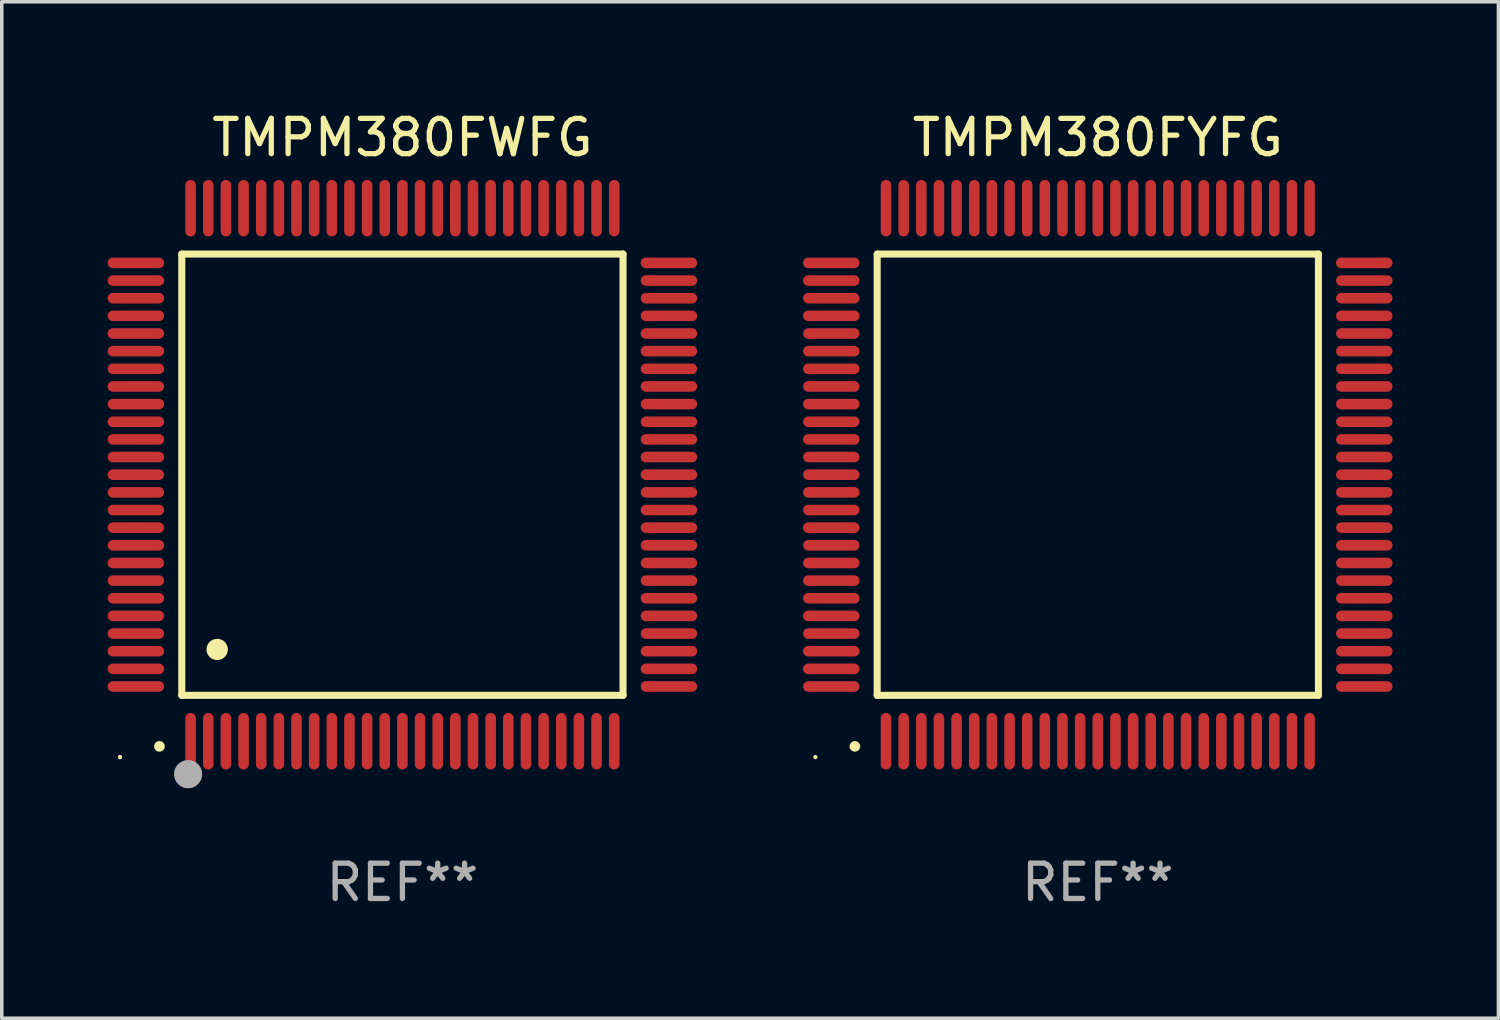
<source format=kicad_pcb>
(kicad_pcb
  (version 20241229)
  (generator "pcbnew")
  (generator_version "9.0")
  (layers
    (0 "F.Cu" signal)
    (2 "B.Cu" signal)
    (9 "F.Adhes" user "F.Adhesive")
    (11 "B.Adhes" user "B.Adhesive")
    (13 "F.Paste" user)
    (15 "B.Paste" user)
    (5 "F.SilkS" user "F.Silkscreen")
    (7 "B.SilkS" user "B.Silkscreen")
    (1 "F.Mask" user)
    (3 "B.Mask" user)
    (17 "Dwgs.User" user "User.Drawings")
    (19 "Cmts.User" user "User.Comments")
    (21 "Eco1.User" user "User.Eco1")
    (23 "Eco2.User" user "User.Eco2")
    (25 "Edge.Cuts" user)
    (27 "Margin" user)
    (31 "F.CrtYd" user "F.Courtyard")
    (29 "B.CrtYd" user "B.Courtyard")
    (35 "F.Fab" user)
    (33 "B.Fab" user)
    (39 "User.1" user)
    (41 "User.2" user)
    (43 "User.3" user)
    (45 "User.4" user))
  (footprint "TMPM380FWFG"
    (layer "F.Cu")
    (at 8.35 10.398)
    (property "Reference" "TMPM380FWFG" (at 0 -9.55 0) (layer "F.SilkS") (effects (font (size 1 1) (thickness 0.15))))
    (attr through_hole)
    (fp_line (start -6.25 -6.25) (end -6.25 6.25) (stroke (width 0.2) (type solid)) (layer "F.SilkS"))
    (fp_line (start -6.25 6.25) (end 6.25 6.25) (stroke (width 0.2) (type solid)) (layer "F.SilkS"))
    (fp_line (start 6.25 -6.25) (end -6.25 -6.25) (stroke (width 0.2) (type solid)) (layer "F.SilkS"))
    (fp_line (start 6.25 6.25) (end 6.25 -6.25) (stroke (width 0.2) (type solid)) (layer "F.SilkS"))
    (fp_arc (start -6.883414 7.696215) (mid -6.882144 7.69621) (end -6.880874 7.696215) (stroke (width 0.3) (type solid)) (layer "F.SilkS"))
    (fp_arc (start -5.250191 4.95047) (mid -5.247651 4.950459) (end -5.245111 4.95047) (stroke (width 0.6) (type solid)) (layer "F.SilkS"))
    (fp_circle (center -8 8) (end -7.97 8) (stroke (width 0.06) (type solid)) (fill no) (layer "F.SilkS"))
    (fp_circle (center -6.071 8.484) (end -5.871 8.484) (stroke (width 0.4) (type solid)) (fill no) (layer "F.Fab"))
    (fp_text user "REF**" (at 0 11.55 0) (layer "F.Fab") (effects (font (size 1 1) (thickness 0.15))))
    (pad "1" smd oval (at -6 7.55) (size 0.3 1.6) (layers "F.Cu" "F.Mask" "F.Paste"))
    (pad "2" smd oval (at -5.5 7.55) (size 0.3 1.6) (layers "F.Cu" "F.Mask" "F.Paste"))
    (pad "3" smd oval (at -5 7.55) (size 0.3 1.6) (layers "F.Cu" "F.Mask" "F.Paste"))
    (pad "4" smd oval (at -4.5 7.55) (size 0.3 1.6) (layers "F.Cu" "F.Mask" "F.Paste"))
    (pad "5" smd oval (at -4 7.55) (size 0.3 1.6) (layers "F.Cu" "F.Mask" "F.Paste"))
    (pad "6" smd oval (at -3.5 7.55) (size 0.3 1.6) (layers "F.Cu" "F.Mask" "F.Paste"))
    (pad "7" smd oval (at -3 7.55) (size 0.3 1.6) (layers "F.Cu" "F.Mask" "F.Paste"))
    (pad "8" smd oval (at -2.5 7.55) (size 0.3 1.6) (layers "F.Cu" "F.Mask" "F.Paste"))
    (pad "9" smd oval (at -2 7.55) (size 0.3 1.6) (layers "F.Cu" "F.Mask" "F.Paste"))
    (pad "10" smd oval (at -1.5 7.55) (size 0.3 1.6) (layers "F.Cu" "F.Mask" "F.Paste"))
    (pad "11" smd oval (at -1 7.55) (size 0.3 1.6) (layers "F.Cu" "F.Mask" "F.Paste"))
    (pad "12" smd oval (at -0.5 7.55) (size 0.3 1.6) (layers "F.Cu" "F.Mask" "F.Paste"))
    (pad "13" smd oval (at 0 7.55) (size 0.3 1.6) (layers "F.Cu" "F.Mask" "F.Paste"))
    (pad "14" smd oval (at 0.5 7.55) (size 0.3 1.6) (layers "F.Cu" "F.Mask" "F.Paste"))
    (pad "15" smd oval (at 1 7.55) (size 0.3 1.6) (layers "F.Cu" "F.Mask" "F.Paste"))
    (pad "16" smd oval (at 1.5 7.55) (size 0.3 1.6) (layers "F.Cu" "F.Mask" "F.Paste"))
    (pad "17" smd oval (at 2 7.55) (size 0.3 1.6) (layers "F.Cu" "F.Mask" "F.Paste"))
    (pad "18" smd oval (at 2.5 7.55) (size 0.3 1.6) (layers "F.Cu" "F.Mask" "F.Paste"))
    (pad "19" smd oval (at 3 7.55) (size 0.3 1.6) (layers "F.Cu" "F.Mask" "F.Paste"))
    (pad "20" smd oval (at 3.5 7.55) (size 0.3 1.6) (layers "F.Cu" "F.Mask" "F.Paste"))
    (pad "21" smd oval (at 4 7.55) (size 0.3 1.6) (layers "F.Cu" "F.Mask" "F.Paste"))
    (pad "22" smd oval (at 4.5 7.55) (size 0.3 1.6) (layers "F.Cu" "F.Mask" "F.Paste"))
    (pad "23" smd oval (at 5 7.55) (size 0.3 1.6) (layers "F.Cu" "F.Mask" "F.Paste"))
    (pad "24" smd oval (at 5.5 7.55) (size 0.3 1.6) (layers "F.Cu" "F.Mask" "F.Paste"))
    (pad "25" smd oval (at 6 7.55) (size 0.3 1.6) (layers "F.Cu" "F.Mask" "F.Paste"))
    (pad "26" smd oval (at 7.55 6) (size 1.6 0.3) (layers "F.Cu" "F.Mask" "F.Paste"))
    (pad "27" smd oval (at 7.55 5.5) (size 1.6 0.3) (layers "F.Cu" "F.Mask" "F.Paste"))
    (pad "28" smd oval (at 7.55 5) (size 1.6 0.3) (layers "F.Cu" "F.Mask" "F.Paste"))
    (pad "29" smd oval (at 7.55 4.5) (size 1.6 0.3) (layers "F.Cu" "F.Mask" "F.Paste"))
    (pad "30" smd oval (at 7.55 4) (size 1.6 0.3) (layers "F.Cu" "F.Mask" "F.Paste"))
    (pad "31" smd oval (at 7.55 3.5) (size 1.6 0.3) (layers "F.Cu" "F.Mask" "F.Paste"))
    (pad "32" smd oval (at 7.55 3) (size 1.6 0.3) (layers "F.Cu" "F.Mask" "F.Paste"))
    (pad "33" smd oval (at 7.55 2.5) (size 1.6 0.3) (layers "F.Cu" "F.Mask" "F.Paste"))
    (pad "34" smd oval (at 7.55 2) (size 1.6 0.3) (layers "F.Cu" "F.Mask" "F.Paste"))
    (pad "35" smd oval (at 7.55 1.5) (size 1.6 0.3) (layers "F.Cu" "F.Mask" "F.Paste"))
    (pad "36" smd oval (at 7.55 1) (size 1.6 0.3) (layers "F.Cu" "F.Mask" "F.Paste"))
    (pad "37" smd oval (at 7.55 0.5) (size 1.6 0.3) (layers "F.Cu" "F.Mask" "F.Paste"))
    (pad "38" smd oval (at 7.55 0) (size 1.6 0.3) (layers "F.Cu" "F.Mask" "F.Paste"))
    (pad "39" smd oval (at 7.55 -0.5) (size 1.6 0.3) (layers "F.Cu" "F.Mask" "F.Paste"))
    (pad "40" smd oval (at 7.55 -1) (size 1.6 0.3) (layers "F.Cu" "F.Mask" "F.Paste"))
    (pad "41" smd oval (at 7.55 -1.5) (size 1.6 0.3) (layers "F.Cu" "F.Mask" "F.Paste"))
    (pad "42" smd oval (at 7.55 -2) (size 1.6 0.3) (layers "F.Cu" "F.Mask" "F.Paste"))
    (pad "43" smd oval (at 7.55 -2.5) (size 1.6 0.3) (layers "F.Cu" "F.Mask" "F.Paste"))
    (pad "44" smd oval (at 7.55 -3) (size 1.6 0.3) (layers "F.Cu" "F.Mask" "F.Paste"))
    (pad "45" smd oval (at 7.55 -3.5) (size 1.6 0.3) (layers "F.Cu" "F.Mask" "F.Paste"))
    (pad "46" smd oval (at 7.55 -4) (size 1.6 0.3) (layers "F.Cu" "F.Mask" "F.Paste"))
    (pad "47" smd oval (at 7.55 -4.5) (size 1.6 0.3) (layers "F.Cu" "F.Mask" "F.Paste"))
    (pad "48" smd oval (at 7.55 -5) (size 1.6 0.3) (layers "F.Cu" "F.Mask" "F.Paste"))
    (pad "49" smd oval (at 7.55 -5.5) (size 1.6 0.3) (layers "F.Cu" "F.Mask" "F.Paste"))
    (pad "50" smd oval (at 7.55 -6) (size 1.6 0.3) (layers "F.Cu" "F.Mask" "F.Paste"))
    (pad "51" smd oval (at 6 -7.55) (size 0.3 1.6) (layers "F.Cu" "F.Mask" "F.Paste"))
    (pad "52" smd oval (at 5.5 -7.55) (size 0.3 1.6) (layers "F.Cu" "F.Mask" "F.Paste"))
    (pad "53" smd oval (at 5 -7.55) (size 0.3 1.6) (layers "F.Cu" "F.Mask" "F.Paste"))
    (pad "54" smd oval (at 4.5 -7.55) (size 0.3 1.6) (layers "F.Cu" "F.Mask" "F.Paste"))
    (pad "55" smd oval (at 4 -7.55) (size 0.3 1.6) (layers "F.Cu" "F.Mask" "F.Paste"))
    (pad "56" smd oval (at 3.5 -7.55) (size 0.3 1.6) (layers "F.Cu" "F.Mask" "F.Paste"))
    (pad "57" smd oval (at 3 -7.55) (size 0.3 1.6) (layers "F.Cu" "F.Mask" "F.Paste"))
    (pad "58" smd oval (at 2.5 -7.55) (size 0.3 1.6) (layers "F.Cu" "F.Mask" "F.Paste"))
    (pad "59" smd oval (at 2 -7.55) (size 0.3 1.6) (layers "F.Cu" "F.Mask" "F.Paste"))
    (pad "60" smd oval (at 1.5 -7.55) (size 0.3 1.6) (layers "F.Cu" "F.Mask" "F.Paste"))
    (pad "61" smd oval (at 1 -7.55) (size 0.3 1.6) (layers "F.Cu" "F.Mask" "F.Paste"))
    (pad "62" smd oval (at 0.5 -7.55) (size 0.3 1.6) (layers "F.Cu" "F.Mask" "F.Paste"))
    (pad "63" smd oval (at 0 -7.55) (size 0.3 1.6) (layers "F.Cu" "F.Mask" "F.Paste"))
    (pad "64" smd oval (at -0.5 -7.55) (size 0.3 1.6) (layers "F.Cu" "F.Mask" "F.Paste"))
    (pad "65" smd oval (at -1 -7.55) (size 0.3 1.6) (layers "F.Cu" "F.Mask" "F.Paste"))
    (pad "66" smd oval (at -1.5 -7.55) (size 0.3 1.6) (layers "F.Cu" "F.Mask" "F.Paste"))
    (pad "67" smd oval (at -2 -7.55) (size 0.3 1.6) (layers "F.Cu" "F.Mask" "F.Paste"))
    (pad "68" smd oval (at -2.5 -7.55) (size 0.3 1.6) (layers "F.Cu" "F.Mask" "F.Paste"))
    (pad "69" smd oval (at -3 -7.55) (size 0.3 1.6) (layers "F.Cu" "F.Mask" "F.Paste"))
    (pad "70" smd oval (at -3.5 -7.55) (size 0.3 1.6) (layers "F.Cu" "F.Mask" "F.Paste"))
    (pad "71" smd oval (at -4 -7.55) (size 0.3 1.6) (layers "F.Cu" "F.Mask" "F.Paste"))
    (pad "72" smd oval (at -4.5 -7.55) (size 0.3 1.6) (layers "F.Cu" "F.Mask" "F.Paste"))
    (pad "73" smd oval (at -5 -7.55) (size 0.3 1.6) (layers "F.Cu" "F.Mask" "F.Paste"))
    (pad "74" smd oval (at -5.5 -7.55) (size 0.3 1.6) (layers "F.Cu" "F.Mask" "F.Paste"))
    (pad "75" smd oval (at -6 -7.55) (size 0.3 1.6) (layers "F.Cu" "F.Mask" "F.Paste"))
    (pad "76" smd oval (at -7.55 -6) (size 1.6 0.3) (layers "F.Cu" "F.Mask" "F.Paste"))
    (pad "77" smd oval (at -7.55 -5.5) (size 1.6 0.3) (layers "F.Cu" "F.Mask" "F.Paste"))
    (pad "78" smd oval (at -7.55 -5) (size 1.6 0.3) (layers "F.Cu" "F.Mask" "F.Paste"))
    (pad "79" smd oval (at -7.55 -4.5) (size 1.6 0.3) (layers "F.Cu" "F.Mask" "F.Paste"))
    (pad "80" smd oval (at -7.55 -4) (size 1.6 0.3) (layers "F.Cu" "F.Mask" "F.Paste"))
    (pad "81" smd oval (at -7.55 -3.5) (size 1.6 0.3) (layers "F.Cu" "F.Mask" "F.Paste"))
    (pad "82" smd oval (at -7.55 -3) (size 1.6 0.3) (layers "F.Cu" "F.Mask" "F.Paste"))
    (pad "83" smd oval (at -7.55 -2.5) (size 1.6 0.3) (layers "F.Cu" "F.Mask" "F.Paste"))
    (pad "84" smd oval (at -7.55 -2) (size 1.6 0.3) (layers "F.Cu" "F.Mask" "F.Paste"))
    (pad "85" smd oval (at -7.55 -1.5) (size 1.6 0.3) (layers "F.Cu" "F.Mask" "F.Paste"))
    (pad "86" smd oval (at -7.55 -1) (size 1.6 0.3) (layers "F.Cu" "F.Mask" "F.Paste"))
    (pad "87" smd oval (at -7.55 -0.5) (size 1.6 0.3) (layers "F.Cu" "F.Mask" "F.Paste"))
    (pad "88" smd oval (at -7.55 0) (size 1.6 0.3) (layers "F.Cu" "F.Mask" "F.Paste"))
    (pad "89" smd oval (at -7.55 0.5) (size 1.6 0.3) (layers "F.Cu" "F.Mask" "F.Paste"))
    (pad "90" smd oval (at -7.55 1) (size 1.6 0.3) (layers "F.Cu" "F.Mask" "F.Paste"))
    (pad "91" smd oval (at -7.55 1.5) (size 1.6 0.3) (layers "F.Cu" "F.Mask" "F.Paste"))
    (pad "92" smd oval (at -7.55 2) (size 1.6 0.3) (layers "F.Cu" "F.Mask" "F.Paste"))
    (pad "93" smd oval (at -7.55 2.5) (size 1.6 0.3) (layers "F.Cu" "F.Mask" "F.Paste"))
    (pad "94" smd oval (at -7.55 3) (size 1.6 0.3) (layers "F.Cu" "F.Mask" "F.Paste"))
    (pad "95" smd oval (at -7.55 3.5) (size 1.6 0.3) (layers "F.Cu" "F.Mask" "F.Paste"))
    (pad "96" smd oval (at -7.55 4) (size 1.6 0.3) (layers "F.Cu" "F.Mask" "F.Paste"))
    (pad "97" smd oval (at -7.55 4.5) (size 1.6 0.3) (layers "F.Cu" "F.Mask" "F.Paste"))
    (pad "98" smd oval (at -7.55 5) (size 1.6 0.3) (layers "F.Cu" "F.Mask" "F.Paste"))
    (pad "99" smd oval (at -7.55 5.5) (size 1.6 0.3) (layers "F.Cu" "F.Mask" "F.Paste"))
    (pad "100" smd oval (at -7.55 6) (size 1.6 0.3) (layers "F.Cu" "F.Mask" "F.Paste")))
  (footprint "TMPM380FYFG"
    (layer "F.Cu")
    (at 28.05 10.398)
    (property "Reference" "TMPM380FYFG" (at 0 -9.55 0) (layer "F.SilkS") (effects (font (size 1 1) (thickness 0.15))))
    (attr through_hole)
    (fp_line (start -6.25 -6.25) (end -6.25 6.25) (stroke (width 0.2) (type solid)) (layer "F.SilkS"))
    (fp_line (start -6.25 6.25) (end 6.25 6.25) (stroke (width 0.2) (type solid)) (layer "F.SilkS"))
    (fp_line (start 6.25 -6.25) (end -6.25 -6.25) (stroke (width 0.2) (type solid)) (layer "F.SilkS"))
    (fp_line (start 6.25 6.25) (end 6.25 -6.25) (stroke (width 0.2) (type solid)) (layer "F.SilkS"))
    (fp_arc (start -6.883414 7.696215) (mid -6.882144 7.69621) (end -6.880874 7.696215) (stroke (width 0.3) (type solid)) (layer "F.SilkS"))
    (fp_circle (center -8 8) (end -7.97 8) (stroke (width 0.06) (type solid)) (fill no) (layer "F.SilkS"))
    (fp_text user "REF**" (at 0 11.55 0) (layer "F.Fab") (effects (font (size 1 1) (thickness 0.15))))
    (pad "1" smd oval (at -6 7.55) (size 0.3 1.6) (layers "F.Cu" "F.Mask" "F.Paste"))
    (pad "2" smd oval (at -5.5 7.55) (size 0.3 1.6) (layers "F.Cu" "F.Mask" "F.Paste"))
    (pad "3" smd oval (at -5 7.55) (size 0.3 1.6) (layers "F.Cu" "F.Mask" "F.Paste"))
    (pad "4" smd oval (at -4.5 7.55) (size 0.3 1.6) (layers "F.Cu" "F.Mask" "F.Paste"))
    (pad "5" smd oval (at -4 7.55) (size 0.3 1.6) (layers "F.Cu" "F.Mask" "F.Paste"))
    (pad "6" smd oval (at -3.5 7.55) (size 0.3 1.6) (layers "F.Cu" "F.Mask" "F.Paste"))
    (pad "7" smd oval (at -3 7.55) (size 0.3 1.6) (layers "F.Cu" "F.Mask" "F.Paste"))
    (pad "8" smd oval (at -2.5 7.55) (size 0.3 1.6) (layers "F.Cu" "F.Mask" "F.Paste"))
    (pad "9" smd oval (at -2 7.55) (size 0.3 1.6) (layers "F.Cu" "F.Mask" "F.Paste"))
    (pad "10" smd oval (at -1.5 7.55) (size 0.3 1.6) (layers "F.Cu" "F.Mask" "F.Paste"))
    (pad "11" smd oval (at -1 7.55) (size 0.3 1.6) (layers "F.Cu" "F.Mask" "F.Paste"))
    (pad "12" smd oval (at -0.5 7.55) (size 0.3 1.6) (layers "F.Cu" "F.Mask" "F.Paste"))
    (pad "13" smd oval (at 0 7.55) (size 0.3 1.6) (layers "F.Cu" "F.Mask" "F.Paste"))
    (pad "14" smd oval (at 0.5 7.55) (size 0.3 1.6) (layers "F.Cu" "F.Mask" "F.Paste"))
    (pad "15" smd oval (at 1 7.55) (size 0.3 1.6) (layers "F.Cu" "F.Mask" "F.Paste"))
    (pad "16" smd oval (at 1.5 7.55) (size 0.3 1.6) (layers "F.Cu" "F.Mask" "F.Paste"))
    (pad "17" smd oval (at 2 7.55) (size 0.3 1.6) (layers "F.Cu" "F.Mask" "F.Paste"))
    (pad "18" smd oval (at 2.5 7.55) (size 0.3 1.6) (layers "F.Cu" "F.Mask" "F.Paste"))
    (pad "19" smd oval (at 3 7.55) (size 0.3 1.6) (layers "F.Cu" "F.Mask" "F.Paste"))
    (pad "20" smd oval (at 3.5 7.55) (size 0.3 1.6) (layers "F.Cu" "F.Mask" "F.Paste"))
    (pad "21" smd oval (at 4 7.55) (size 0.3 1.6) (layers "F.Cu" "F.Mask" "F.Paste"))
    (pad "22" smd oval (at 4.5 7.55) (size 0.3 1.6) (layers "F.Cu" "F.Mask" "F.Paste"))
    (pad "23" smd oval (at 5 7.55) (size 0.3 1.6) (layers "F.Cu" "F.Mask" "F.Paste"))
    (pad "24" smd oval (at 5.5 7.55) (size 0.3 1.6) (layers "F.Cu" "F.Mask" "F.Paste"))
    (pad "25" smd oval (at 6 7.55) (size 0.3 1.6) (layers "F.Cu" "F.Mask" "F.Paste"))
    (pad "26" smd oval (at 7.55 6) (size 1.6 0.3) (layers "F.Cu" "F.Mask" "F.Paste"))
    (pad "27" smd oval (at 7.55 5.5) (size 1.6 0.3) (layers "F.Cu" "F.Mask" "F.Paste"))
    (pad "28" smd oval (at 7.55 5) (size 1.6 0.3) (layers "F.Cu" "F.Mask" "F.Paste"))
    (pad "29" smd oval (at 7.55 4.5) (size 1.6 0.3) (layers "F.Cu" "F.Mask" "F.Paste"))
    (pad "30" smd oval (at 7.55 4) (size 1.6 0.3) (layers "F.Cu" "F.Mask" "F.Paste"))
    (pad "31" smd oval (at 7.55 3.5) (size 1.6 0.3) (layers "F.Cu" "F.Mask" "F.Paste"))
    (pad "32" smd oval (at 7.55 3) (size 1.6 0.3) (layers "F.Cu" "F.Mask" "F.Paste"))
    (pad "33" smd oval (at 7.55 2.5) (size 1.6 0.3) (layers "F.Cu" "F.Mask" "F.Paste"))
    (pad "34" smd oval (at 7.55 2) (size 1.6 0.3) (layers "F.Cu" "F.Mask" "F.Paste"))
    (pad "35" smd oval (at 7.55 1.5) (size 1.6 0.3) (layers "F.Cu" "F.Mask" "F.Paste"))
    (pad "36" smd oval (at 7.55 1) (size 1.6 0.3) (layers "F.Cu" "F.Mask" "F.Paste"))
    (pad "37" smd oval (at 7.55 0.5) (size 1.6 0.3) (layers "F.Cu" "F.Mask" "F.Paste"))
    (pad "38" smd oval (at 7.55 0) (size 1.6 0.3) (layers "F.Cu" "F.Mask" "F.Paste"))
    (pad "39" smd oval (at 7.55 -0.5) (size 1.6 0.3) (layers "F.Cu" "F.Mask" "F.Paste"))
    (pad "40" smd oval (at 7.55 -1) (size 1.6 0.3) (layers "F.Cu" "F.Mask" "F.Paste"))
    (pad "41" smd oval (at 7.55 -1.5) (size 1.6 0.3) (layers "F.Cu" "F.Mask" "F.Paste"))
    (pad "42" smd oval (at 7.55 -2) (size 1.6 0.3) (layers "F.Cu" "F.Mask" "F.Paste"))
    (pad "43" smd oval (at 7.55 -2.5) (size 1.6 0.3) (layers "F.Cu" "F.Mask" "F.Paste"))
    (pad "44" smd oval (at 7.55 -3) (size 1.6 0.3) (layers "F.Cu" "F.Mask" "F.Paste"))
    (pad "45" smd oval (at 7.55 -3.5) (size 1.6 0.3) (layers "F.Cu" "F.Mask" "F.Paste"))
    (pad "46" smd oval (at 7.55 -4) (size 1.6 0.3) (layers "F.Cu" "F.Mask" "F.Paste"))
    (pad "47" smd oval (at 7.55 -4.5) (size 1.6 0.3) (layers "F.Cu" "F.Mask" "F.Paste"))
    (pad "48" smd oval (at 7.55 -5) (size 1.6 0.3) (layers "F.Cu" "F.Mask" "F.Paste"))
    (pad "49" smd oval (at 7.55 -5.5) (size 1.6 0.3) (layers "F.Cu" "F.Mask" "F.Paste"))
    (pad "50" smd oval (at 7.55 -6) (size 1.6 0.3) (layers "F.Cu" "F.Mask" "F.Paste"))
    (pad "51" smd oval (at 6 -7.55) (size 0.3 1.6) (layers "F.Cu" "F.Mask" "F.Paste"))
    (pad "52" smd oval (at 5.5 -7.55) (size 0.3 1.6) (layers "F.Cu" "F.Mask" "F.Paste"))
    (pad "53" smd oval (at 5 -7.55) (size 0.3 1.6) (layers "F.Cu" "F.Mask" "F.Paste"))
    (pad "54" smd oval (at 4.5 -7.55) (size 0.3 1.6) (layers "F.Cu" "F.Mask" "F.Paste"))
    (pad "55" smd oval (at 4 -7.55) (size 0.3 1.6) (layers "F.Cu" "F.Mask" "F.Paste"))
    (pad "56" smd oval (at 3.5 -7.55) (size 0.3 1.6) (layers "F.Cu" "F.Mask" "F.Paste"))
    (pad "57" smd oval (at 3 -7.55) (size 0.3 1.6) (layers "F.Cu" "F.Mask" "F.Paste"))
    (pad "58" smd oval (at 2.5 -7.55) (size 0.3 1.6) (layers "F.Cu" "F.Mask" "F.Paste"))
    (pad "59" smd oval (at 2 -7.55) (size 0.3 1.6) (layers "F.Cu" "F.Mask" "F.Paste"))
    (pad "60" smd oval (at 1.5 -7.55) (size 0.3 1.6) (layers "F.Cu" "F.Mask" "F.Paste"))
    (pad "61" smd oval (at 1 -7.55) (size 0.3 1.6) (layers "F.Cu" "F.Mask" "F.Paste"))
    (pad "62" smd oval (at 0.5 -7.55) (size 0.3 1.6) (layers "F.Cu" "F.Mask" "F.Paste"))
    (pad "63" smd oval (at 0 -7.55) (size 0.3 1.6) (layers "F.Cu" "F.Mask" "F.Paste"))
    (pad "64" smd oval (at -0.5 -7.55) (size 0.3 1.6) (layers "F.Cu" "F.Mask" "F.Paste"))
    (pad "65" smd oval (at -1 -7.55) (size 0.3 1.6) (layers "F.Cu" "F.Mask" "F.Paste"))
    (pad "66" smd oval (at -1.5 -7.55) (size 0.3 1.6) (layers "F.Cu" "F.Mask" "F.Paste"))
    (pad "67" smd oval (at -2 -7.55) (size 0.3 1.6) (layers "F.Cu" "F.Mask" "F.Paste"))
    (pad "68" smd oval (at -2.5 -7.55) (size 0.3 1.6) (layers "F.Cu" "F.Mask" "F.Paste"))
    (pad "69" smd oval (at -3 -7.55) (size 0.3 1.6) (layers "F.Cu" "F.Mask" "F.Paste"))
    (pad "70" smd oval (at -3.5 -7.55) (size 0.3 1.6) (layers "F.Cu" "F.Mask" "F.Paste"))
    (pad "71" smd oval (at -4 -7.55) (size 0.3 1.6) (layers "F.Cu" "F.Mask" "F.Paste"))
    (pad "72" smd oval (at -4.5 -7.55) (size 0.3 1.6) (layers "F.Cu" "F.Mask" "F.Paste"))
    (pad "73" smd oval (at -5 -7.55) (size 0.3 1.6) (layers "F.Cu" "F.Mask" "F.Paste"))
    (pad "74" smd oval (at -5.5 -7.55) (size 0.3 1.6) (layers "F.Cu" "F.Mask" "F.Paste"))
    (pad "75" smd oval (at -6 -7.55) (size 0.3 1.6) (layers "F.Cu" "F.Mask" "F.Paste"))
    (pad "76" smd oval (at -7.55 -6) (size 1.6 0.3) (layers "F.Cu" "F.Mask" "F.Paste"))
    (pad "77" smd oval (at -7.55 -5.5) (size 1.6 0.3) (layers "F.Cu" "F.Mask" "F.Paste"))
    (pad "78" smd oval (at -7.55 -5) (size 1.6 0.3) (layers "F.Cu" "F.Mask" "F.Paste"))
    (pad "79" smd oval (at -7.55 -4.5) (size 1.6 0.3) (layers "F.Cu" "F.Mask" "F.Paste"))
    (pad "80" smd oval (at -7.55 -4) (size 1.6 0.3) (layers "F.Cu" "F.Mask" "F.Paste"))
    (pad "81" smd oval (at -7.55 -3.5) (size 1.6 0.3) (layers "F.Cu" "F.Mask" "F.Paste"))
    (pad "82" smd oval (at -7.55 -3) (size 1.6 0.3) (layers "F.Cu" "F.Mask" "F.Paste"))
    (pad "83" smd oval (at -7.55 -2.5) (size 1.6 0.3) (layers "F.Cu" "F.Mask" "F.Paste"))
    (pad "84" smd oval (at -7.55 -2) (size 1.6 0.3) (layers "F.Cu" "F.Mask" "F.Paste"))
    (pad "85" smd oval (at -7.55 -1.5) (size 1.6 0.3) (layers "F.Cu" "F.Mask" "F.Paste"))
    (pad "86" smd oval (at -7.55 -1) (size 1.6 0.3) (layers "F.Cu" "F.Mask" "F.Paste"))
    (pad "87" smd oval (at -7.55 -0.5) (size 1.6 0.3) (layers "F.Cu" "F.Mask" "F.Paste"))
    (pad "88" smd oval (at -7.55 0) (size 1.6 0.3) (layers "F.Cu" "F.Mask" "F.Paste"))
    (pad "89" smd oval (at -7.55 0.5) (size 1.6 0.3) (layers "F.Cu" "F.Mask" "F.Paste"))
    (pad "90" smd oval (at -7.55 1) (size 1.6 0.3) (layers "F.Cu" "F.Mask" "F.Paste"))
    (pad "91" smd oval (at -7.55 1.5) (size 1.6 0.3) (layers "F.Cu" "F.Mask" "F.Paste"))
    (pad "92" smd oval (at -7.55 2) (size 1.6 0.3) (layers "F.Cu" "F.Mask" "F.Paste"))
    (pad "93" smd oval (at -7.55 2.5) (size 1.6 0.3) (layers "F.Cu" "F.Mask" "F.Paste"))
    (pad "94" smd oval (at -7.55 3) (size 1.6 0.3) (layers "F.Cu" "F.Mask" "F.Paste"))
    (pad "95" smd oval (at -7.55 3.5) (size 1.6 0.3) (layers "F.Cu" "F.Mask" "F.Paste"))
    (pad "96" smd oval (at -7.55 4) (size 1.6 0.3) (layers "F.Cu" "F.Mask" "F.Paste"))
    (pad "97" smd oval (at -7.55 4.5) (size 1.6 0.3) (layers "F.Cu" "F.Mask" "F.Paste"))
    (pad "98" smd oval (at -7.55 5) (size 1.6 0.3) (layers "F.Cu" "F.Mask" "F.Paste"))
    (pad "99" smd oval (at -7.55 5.5) (size 1.6 0.3) (layers "F.Cu" "F.Mask" "F.Paste"))
    (pad "100" smd oval (at -7.55 6) (size 1.6 0.3) (layers "F.Cu" "F.Mask" "F.Paste")))
  (gr_rect
    (start -3 -3)
    (end 39.4 25.796)
    (stroke (width 0.1) (type default))
    (fill no)
    (layer "Edge.Cuts")))
</source>
